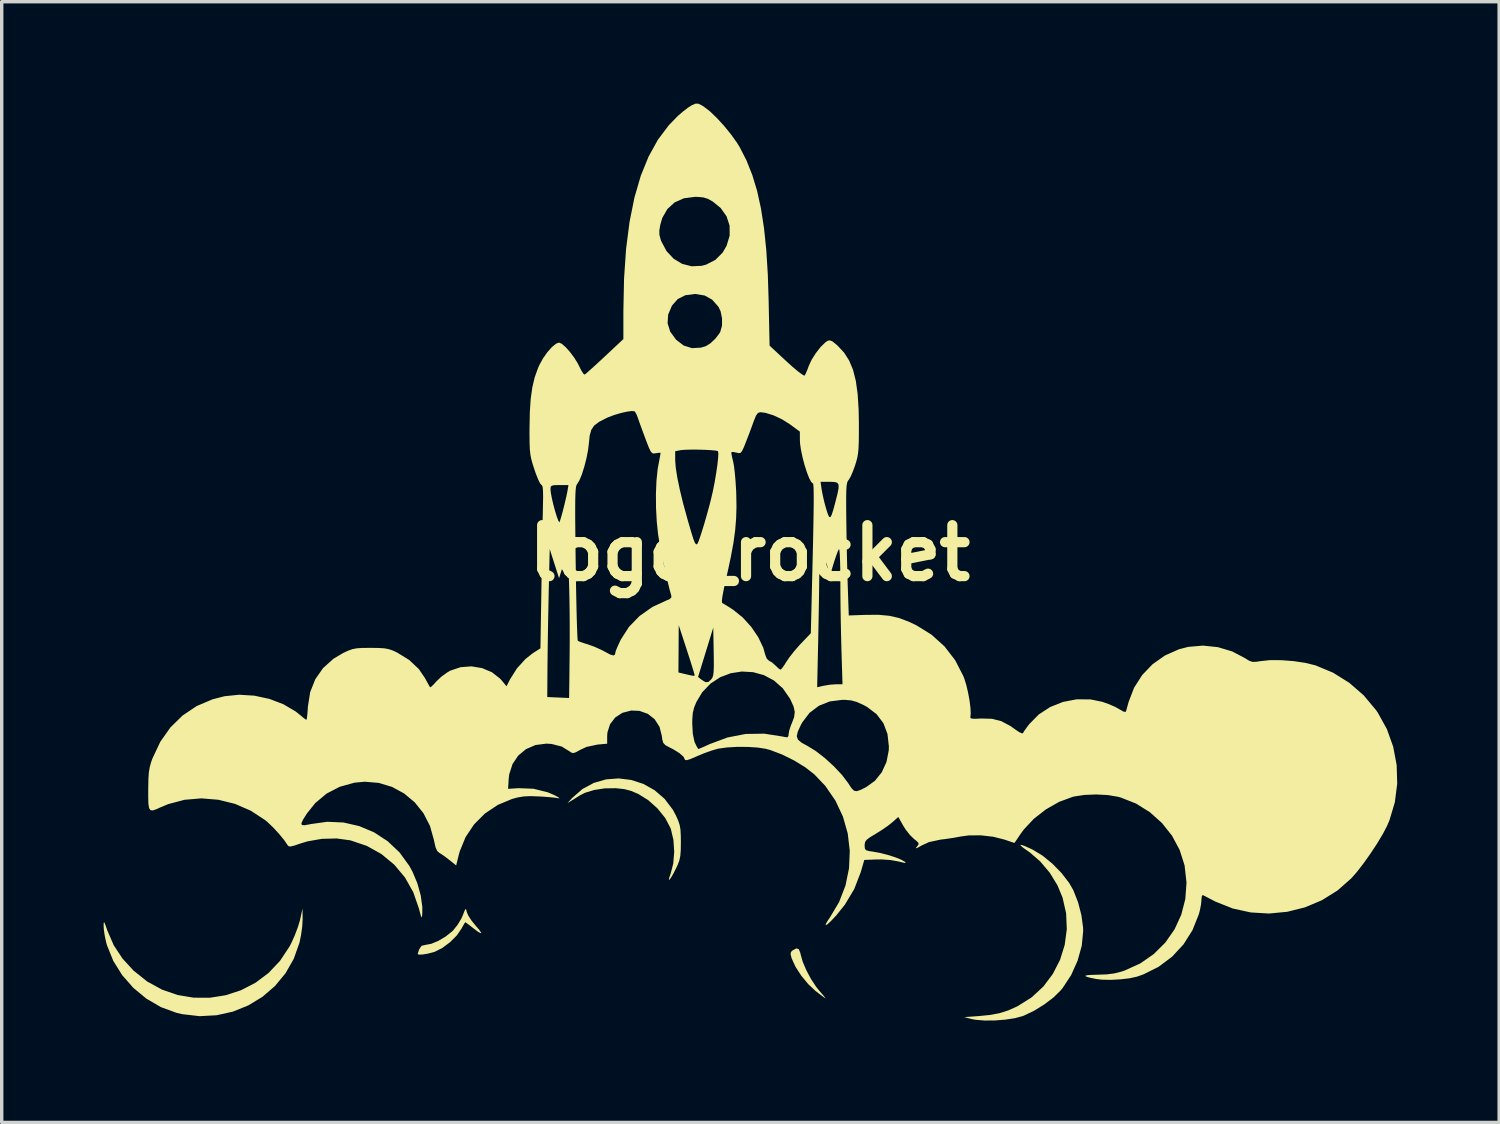
<source format=kicad_pcb>
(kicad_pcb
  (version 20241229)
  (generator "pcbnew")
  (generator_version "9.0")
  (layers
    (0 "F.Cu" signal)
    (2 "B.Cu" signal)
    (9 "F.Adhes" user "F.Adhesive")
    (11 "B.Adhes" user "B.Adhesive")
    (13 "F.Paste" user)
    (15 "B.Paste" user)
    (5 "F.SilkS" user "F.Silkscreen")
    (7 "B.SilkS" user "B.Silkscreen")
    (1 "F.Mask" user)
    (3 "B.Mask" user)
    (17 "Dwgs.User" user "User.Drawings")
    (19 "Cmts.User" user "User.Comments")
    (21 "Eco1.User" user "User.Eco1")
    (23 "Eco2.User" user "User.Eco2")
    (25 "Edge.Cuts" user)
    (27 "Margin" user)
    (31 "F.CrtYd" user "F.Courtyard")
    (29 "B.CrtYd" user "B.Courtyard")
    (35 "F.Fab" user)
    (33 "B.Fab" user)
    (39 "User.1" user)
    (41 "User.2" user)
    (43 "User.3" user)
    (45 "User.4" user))
  (footprint "logo_rocket"
    (layer "F.Cu")
    (at 19.013 13.227)
    (property "Reference" "logo_rocket" (at 0 0 0) (layer "F.SilkS") (effects (font (size 1.5 1.5) (thickness 0.3))))
    (attr board_only exclude_from_pos_files exclude_from_bom)
    (fp_poly (pts (xy 1.447 11.659) (xy 1.492 11.771) (xy 1.501 11.816) (xy 1.561 12.028) (xy 1.668 12.279) (xy 1.806 12.537) (xy 1.958 12.768) (xy 2.047 12.879) (xy 2.148 12.995) (xy 2.214 13.076) (xy 2.232 13.105) (xy 2.19 13.078) (xy 2.092 13.006) (xy 1.96 12.904) (xy 1.939 12.888) (xy 1.724 12.687) (xy 1.52 12.439) (xy 1.349 12.176) (xy 1.237 11.931) (xy 1.235 11.926) (xy 1.204 11.808) (xy 1.215 11.74) (xy 1.266 11.691) (xy 1.375 11.634)) (stroke (width 0) (type solid)) (fill yes) (layer "F.SilkS"))
    (fp_poly (pts (xy -8.343 10.49) (xy -8.326 10.564) (xy -8.28 10.672) (xy -8.187 10.815) (xy -8.076 10.952) (xy -7.954 11.095) (xy -7.902 11.174) (xy -7.92 11.187) (xy -8.007 11.136) (xy -8.144 11.032) (xy -8.261 10.941) (xy -8.343 10.88) (xy -8.369 10.865) (xy -8.398 10.903) (xy -8.453 11) (xy -8.479 11.049) (xy -8.619 11.253) (xy -8.818 11.452) (xy -9.045 11.621) (xy -9.268 11.734) (xy -9.306 11.746) (xy -9.481 11.791) (xy -9.632 11.815) (xy -9.736 11.817) (xy -9.769 11.798) (xy -9.754 11.743) (xy -9.723 11.655) (xy -9.655 11.558) (xy -9.544 11.532) (xy -9.37 11.499) (xy -9.162 11.412) (xy -8.95 11.287) (xy -8.763 11.139) (xy -8.727 11.104) (xy -8.597 10.942) (xy -8.484 10.754) (xy -8.444 10.664) (xy -8.392 10.529) (xy -8.362 10.474)) (stroke (width 0) (type solid)) (fill yes) (layer "F.SilkS"))
    (fp_poly (pts (xy -3.484 6.678) (xy -3.127 6.794) (xy -2.797 6.98) (xy -2.505 7.232) (xy -2.264 7.549) (xy -2.172 7.72) (xy -2.103 7.874) (xy -2.06 8.005) (xy -2.036 8.143) (xy -2.027 8.32) (xy -2.025 8.506) (xy -2.028 8.74) (xy -2.041 8.909) (xy -2.069 9.043) (xy -2.117 9.171) (xy -2.151 9.245) (xy -2.243 9.428) (xy -2.315 9.553) (xy -2.362 9.616) (xy -2.379 9.609) (xy -2.359 9.528) (xy -2.326 9.436) (xy -2.248 9.133) (xy -2.221 8.789) (xy -2.244 8.441) (xy -2.318 8.126) (xy -2.332 8.088) (xy -2.486 7.797) (xy -2.712 7.517) (xy -2.984 7.273) (xy -3.272 7.093) (xy -3.487 7) (xy -3.69 6.947) (xy -3.933 6.921) (xy -3.951 6.92) (xy -4.269 6.925) (xy -4.579 6.973) (xy -4.85 7.056) (xy -4.992 7.128) (xy -5.114 7.205) (xy -5.23 7.277) (xy -5.361 7.357) (xy -5.219 7.203) (xy -4.92 6.943) (xy -4.585 6.763) (xy -4.225 6.66) (xy -3.854 6.632)) (stroke (width 0) (type solid)) (fill yes) (layer "F.SilkS"))
    (fp_poly (pts (xy -13.157 10.774) (xy -13.168 10.983) (xy -13.201 11.23) (xy -13.248 11.461) (xy -13.248 11.462) (xy -13.417 11.939) (xy -13.661 12.368) (xy -13.972 12.743) (xy -14.34 13.06) (xy -14.755 13.312) (xy -15.208 13.495) (xy -15.689 13.602) (xy -16.189 13.629) (xy -16.699 13.57) (xy -16.864 13.532) (xy -17.325 13.364) (xy -17.753 13.115) (xy -18.139 12.796) (xy -18.468 12.421) (xy -18.73 12) (xy -18.913 11.545) (xy -18.939 11.454) (xy -18.98 11.264) (xy -19.007 11.08) (xy -19.013 10.978) (xy -19.011 10.887) (xy -19.001 10.861) (xy -18.976 10.906) (xy -18.931 11.03) (xy -18.905 11.106) (xy -18.716 11.542) (xy -18.457 11.935) (xy -18.133 12.288) (xy -17.731 12.609) (xy -17.295 12.848) (xy -16.837 13.006) (xy -16.364 13.085) (xy -15.889 13.087) (xy -15.421 13.013) (xy -14.97 12.866) (xy -14.546 12.647) (xy -14.16 12.358) (xy -13.822 12.001) (xy -13.541 11.577) (xy -13.487 11.472) (xy -13.388 11.251) (xy -13.299 11.016) (xy -13.236 10.81) (xy -13.227 10.77) (xy -13.16 10.46)) (stroke (width 0) (type solid)) (fill yes) (layer "F.SilkS"))
    (fp_poly (pts (xy 8.073 8.613) (xy 8.243 8.688) (xy 8.334 8.731) (xy 8.62 8.905) (xy 8.91 9.142) (xy 9.179 9.418) (xy 9.402 9.708) (xy 9.526 9.924) (xy 9.665 10.278) (xy 9.763 10.657) (xy 9.812 11.019) (xy 9.815 11.127) (xy 9.773 11.557) (xy 9.651 11.995) (xy 9.462 12.418) (xy 9.213 12.797) (xy 9.148 12.876) (xy 8.938 13.081) (xy 8.667 13.286) (xy 8.367 13.471) (xy 8.07 13.613) (xy 8.03 13.628) (xy 7.806 13.688) (xy 7.523 13.731) (xy 7.215 13.755) (xy 6.912 13.757) (xy 6.65 13.736) (xy 6.529 13.713) (xy 6.314 13.657) (xy 6.743 13.626) (xy 7.078 13.593) (xy 7.353 13.541) (xy 7.603 13.462) (xy 7.861 13.347) (xy 7.887 13.334) (xy 8.295 13.078) (xy 8.642 12.758) (xy 8.922 12.385) (xy 9.134 11.972) (xy 9.272 11.529) (xy 9.333 11.068) (xy 9.313 10.601) (xy 9.208 10.139) (xy 9.059 9.779) (xy 8.832 9.408) (xy 8.551 9.075) (xy 8.24 8.806) (xy 8.192 8.773) (xy 8.04 8.666) (xy 7.97 8.603) (xy 7.981 8.585)) (stroke (width 0) (type solid)) (fill yes) (layer "F.SilkS"))
    (fp_poly (pts (xy -1.513 -13.226) (xy -1.415 -13.179) (xy -1.352 -13.14) (xy -1.174 -13.004) (xy -0.968 -12.807) (xy -0.752 -12.571) (xy -0.547 -12.319) (xy -0.371 -12.072) (xy -0.292 -11.943) (xy -0.093 -11.553) (xy 0.076 -11.129) (xy 0.218 -10.662) (xy 0.332 -10.143) (xy 0.422 -9.564) (xy 0.489 -8.917) (xy 0.534 -8.193) (xy 0.557 -7.473) (xy 0.586 -6.105) (xy 1.082 -5.643) (xy 1.262 -5.481) (xy 1.418 -5.35) (xy 1.537 -5.261) (xy 1.606 -5.222) (xy 1.617 -5.224) (xy 1.653 -5.29) (xy 1.705 -5.414) (xy 1.741 -5.513) (xy 1.825 -5.693) (xy 1.948 -5.886) (xy 2.088 -6.065) (xy 2.225 -6.199) (xy 2.291 -6.245) (xy 2.355 -6.261) (xy 2.431 -6.232) (xy 2.539 -6.147) (xy 2.596 -6.096) (xy 2.781 -5.896) (xy 2.928 -5.665) (xy 3.042 -5.393) (xy 3.124 -5.068) (xy 3.178 -4.679) (xy 3.207 -4.217) (xy 3.214 -3.836) (xy 3.214 -3.513) (xy 3.211 -3.267) (xy 3.203 -3.08) (xy 3.189 -2.932) (xy 3.167 -2.807) (xy 3.135 -2.686) (xy 3.101 -2.576) (xy 3.035 -2.396) (xy 2.969 -2.245) (xy 2.914 -2.152) (xy 2.907 -2.145) (xy 2.883 -2.11) (xy 2.864 -2.053) (xy 2.851 -1.963) (xy 2.843 -1.828) (xy 2.84 -1.635) (xy 2.84 -1.372) (xy 2.843 -1.028) (xy 2.844 -0.974) (xy 2.849 -0.59) (xy 2.857 -0.173) (xy 2.866 0.246) (xy 2.876 0.634) (xy 2.886 0.961) (xy 2.887 0.978) (xy 2.916 1.836) (xy 3.428 1.818) (xy 3.799 1.817) (xy 4.111 1.846) (xy 4.395 1.911) (xy 4.684 2.02) (xy 4.9 2.122) (xy 5.348 2.399) (xy 5.732 2.744) (xy 6.047 3.152) (xy 6.286 3.616) (xy 6.316 3.692) (xy 6.375 3.881) (xy 6.428 4.107) (xy 6.471 4.34) (xy 6.498 4.556) (xy 6.506 4.726) (xy 6.497 4.803) (xy 6.495 4.847) (xy 6.528 4.87) (xy 6.616 4.877) (xy 6.777 4.871) (xy 6.814 4.869) (xy 7.13 4.877) (xy 7.405 4.947) (xy 7.673 5.089) (xy 7.804 5.183) (xy 7.924 5.265) (xy 8.011 5.306) (xy 8.042 5.301) (xy 8.078 5.239) (xy 8.156 5.129) (xy 8.229 5.033) (xy 8.507 4.751) (xy 8.844 4.531) (xy 9.221 4.381) (xy 9.623 4.304) (xy 10.031 4.307) (xy 10.375 4.377) (xy 10.571 4.446) (xy 10.757 4.527) (xy 10.882 4.597) (xy 11.005 4.668) (xy 11.068 4.672) (xy 11.076 4.658) (xy 11.098 4.578) (xy 11.134 4.447) (xy 11.151 4.384) (xy 11.312 3.965) (xy 11.551 3.59) (xy 11.858 3.27) (xy 12.222 3.014) (xy 12.632 2.832) (xy 12.905 2.761) (xy 13.341 2.723) (xy 13.781 2.769) (xy 14.204 2.896) (xy 14.573 3.09) (xy 14.702 3.17) (xy 14.803 3.203) (xy 14.923 3.198) (xy 15.025 3.181) (xy 15.307 3.151) (xy 15.644 3.152) (xy 16.002 3.179) (xy 16.348 3.23) (xy 16.646 3.303) (xy 16.655 3.306) (xy 17.169 3.52) (xy 17.645 3.817) (xy 18.07 4.186) (xy 18.432 4.619) (xy 18.484 4.694) (xy 18.753 5.18) (xy 18.939 5.699) (xy 19.041 6.24) (xy 19.057 6.79) (xy 18.987 7.335) (xy 18.829 7.863) (xy 18.758 8.03) (xy 18.636 8.264) (xy 18.469 8.543) (xy 18.273 8.84) (xy 18.068 9.13) (xy 17.869 9.386) (xy 17.708 9.57) (xy 17.299 9.931) (xy 16.84 10.217) (xy 16.344 10.426) (xy 15.821 10.557) (xy 15.284 10.608) (xy 14.745 10.576) (xy 14.217 10.46) (xy 13.709 10.258) (xy 13.661 10.233) (xy 13.509 10.154) (xy 13.391 10.093) (xy 13.332 10.064) (xy 13.331 10.063) (xy 13.308 10.094) (xy 13.296 10.189) (xy 13.296 10.209) (xy 13.282 10.349) (xy 13.246 10.528) (xy 13.219 10.63) (xy 13.032 11.098) (xy 12.767 11.517) (xy 12.431 11.879) (xy 12.033 12.177) (xy 11.582 12.402) (xy 11.394 12.467) (xy 11.182 12.514) (xy 10.914 12.545) (xy 10.63 12.56) (xy 10.368 12.555) (xy 10.198 12.535) (xy 9.999 12.493) (xy 9.893 12.46) (xy 9.882 12.436) (xy 9.966 12.419) (xy 10.145 12.411) (xy 10.238 12.409) (xy 10.513 12.399) (xy 10.734 12.37) (xy 10.943 12.317) (xy 11.037 12.285) (xy 11.495 12.077) (xy 11.895 11.799) (xy 12.234 11.461) (xy 12.505 11.073) (xy 12.702 10.643) (xy 12.821 10.183) (xy 12.856 9.7) (xy 12.801 9.206) (xy 12.797 9.185) (xy 12.654 8.736) (xy 12.43 8.319) (xy 12.134 7.945) (xy 11.777 7.626) (xy 11.371 7.372) (xy 10.926 7.196) (xy 10.843 7.173) (xy 10.542 7.122) (xy 10.196 7.104) (xy 9.849 7.118) (xy 9.543 7.165) (xy 9.509 7.174) (xy 9.111 7.32) (xy 8.721 7.541) (xy 8.363 7.82) (xy 8.064 8.139) (xy 7.951 8.297) (xy 7.868 8.422) (xy 7.81 8.506) (xy 7.791 8.53) (xy 7.745 8.516) (xy 7.635 8.479) (xy 7.501 8.433) (xy 7.171 8.349) (xy 6.805 8.307) (xy 6.447 8.309) (xy 6.219 8.34) (xy 6.007 8.379) (xy 5.765 8.415) (xy 5.616 8.433) (xy 5.278 8.506) (xy 5.068 8.602) (xy 4.944 8.671) (xy 4.892 8.69) (xy 4.902 8.663) (xy 4.922 8.64) (xy 4.969 8.577) (xy 4.966 8.528) (xy 4.903 8.466) (xy 4.837 8.414) (xy 4.718 8.298) (xy 4.592 8.139) (xy 4.52 8.025) (xy 4.374 7.766) (xy 4.2 7.922) (xy 4.07 8.025) (xy 3.893 8.147) (xy 3.708 8.263) (xy 3.705 8.264) (xy 3.542 8.363) (xy 3.445 8.436) (xy 3.398 8.5) (xy 3.384 8.576) (xy 3.383 8.604) (xy 3.389 8.693) (xy 3.421 8.742) (xy 3.503 8.769) (xy 3.634 8.788) (xy 3.837 8.825) (xy 4.061 8.882) (xy 4.278 8.951) (xy 4.456 9.022) (xy 4.556 9.077) (xy 4.593 9.111) (xy 4.57 9.119) (xy 4.475 9.1) (xy 4.37 9.074) (xy 4.144 9.034) (xy 3.878 9.016) (xy 3.734 9.017) (xy 3.373 9.031) (xy 3.27 9.388) (xy 3.078 9.886) (xy 2.799 10.352) (xy 2.549 10.663) (xy 2.398 10.823) (xy 2.293 10.92) (xy 2.239 10.952) (xy 2.239 10.918) (xy 2.298 10.817) (xy 2.358 10.73) (xy 2.632 10.271) (xy 2.82 9.783) (xy 2.924 9.276) (xy 2.946 8.762) (xy 2.886 8.252) (xy 2.745 7.756) (xy 2.524 7.286) (xy 2.226 6.852) (xy 1.903 6.513) (xy 1.635 6.304) (xy 1.307 6.103) (xy 0.956 5.929) (xy 0.616 5.8) (xy 0.477 5.761) (xy 0.24 5.724) (xy -0.053 5.705) (xy -0.366 5.703) (xy -0.665 5.72) (xy -0.913 5.754) (xy -0.953 5.763) (xy -1.131 5.816) (xy -1.348 5.894) (xy -1.558 5.982) (xy -1.561 5.984) (xy -1.747 6.063) (xy -1.858 6.096) (xy -1.904 6.086) (xy -1.906 6.076) (xy -1.949 5.992) (xy -2.067 5.888) (xy -2.247 5.776) (xy -2.356 5.72) (xy -2.48 5.653) (xy -2.544 5.585) (xy -2.573 5.48) (xy -2.584 5.385) (xy -2.653 5.114) (xy -2.708 5.028) (xy -1.69 5.028) (xy -1.673 5.325) (xy -1.626 5.546) (xy -1.609 5.588) (xy -1.555 5.699) (xy -1.516 5.761) (xy -1.509 5.766) (xy -1.459 5.748) (xy -1.346 5.699) (xy -1.194 5.63) (xy -1.185 5.625) (xy -0.653 5.427) (xy -0.115 5.323) (xy 0.429 5.315) (xy 0.979 5.401) (xy 1.013 5.41) (xy 1.107 5.423) (xy 1.136 5.39) (xy 1.386 5.39) (xy 1.421 5.491) (xy 1.528 5.581) (xy 1.7 5.675) (xy 1.946 5.826) (xy 2.215 6.035) (xy 2.48 6.278) (xy 2.716 6.529) (xy 2.896 6.766) (xy 2.905 6.78) (xy 2.997 6.92) (xy 3.071 6.994) (xy 3.152 7.008) (xy 3.268 6.968) (xy 3.426 6.889) (xy 3.685 6.703) (xy 3.888 6.451) (xy 4.027 6.147) (xy 4.093 5.808) (xy 4.097 5.695) (xy 4.056 5.325) (xy 3.936 5.007) (xy 3.735 4.741) (xy 3.455 4.528) (xy 3.348 4.47) (xy 3.152 4.382) (xy 2.988 4.336) (xy 2.809 4.32) (xy 2.72 4.32) (xy 2.357 4.366) (xy 2.035 4.495) (xy 1.762 4.702) (xy 1.549 4.981) (xy 1.504 5.063) (xy 1.416 5.256) (xy 1.386 5.39) (xy 1.136 5.39) (xy 1.141 5.385) (xy 1.145 5.331) (xy 1.165 5.219) (xy 1.214 5.071) (xy 1.24 5.01) (xy 1.308 4.83) (xy 1.327 4.675) (xy 1.292 4.515) (xy 1.202 4.316) (xy 1.182 4.278) (xy 0.974 3.979) (xy 0.94 3.949) (xy 1.986 3.949) (xy 2.173 3.906) (xy 2.352 3.875) (xy 2.535 3.861) (xy 2.545 3.861) (xy 2.732 3.86) (xy 2.7 2.824) (xy 2.69 2.432) (xy 2.681 1.991) (xy 2.674 1.54) (xy 2.67 1.115) (xy 2.669 0.813) (xy 2.667 0.51) (xy 2.661 0.254) (xy 2.653 0.056) (xy 2.642 -0.072) (xy 2.63 -0.118) (xy 2.627 -0.117) (xy 2.594 -0.052) (xy 2.545 0.079) (xy 2.488 0.249) (xy 2.477 0.286) (xy 2.368 0.643) (xy 2.241 0.25) (xy 2.179 0.069) (xy 2.126 -0.076) (xy 2.089 -0.162) (xy 2.081 -0.175) (xy 2.069 -0.142) (xy 2.06 -0.03) (xy 2.053 0.144) (xy 2.049 0.366) (xy 2.049 0.437) (xy 2.048 0.657) (xy 2.045 0.952) (xy 2.04 1.304) (xy 2.034 1.691) (xy 2.026 2.095) (xy 2.018 2.496) (xy 2.018 2.515) (xy 1.986 3.949) (xy 0.94 3.949) (xy 0.716 3.751) (xy 0.421 3.593) (xy 0.102 3.505) (xy -0.228 3.486) (xy -0.556 3.536) (xy -0.868 3.654) (xy -1.152 3.841) (xy -1.395 4.094) (xy -1.567 4.38) (xy -1.636 4.547) (xy -1.674 4.705) (xy -1.689 4.894) (xy -1.69 5.028) (xy -2.708 5.028) (xy -2.795 4.892) (xy -2.996 4.732) (xy -3.244 4.644) (xy -3.485 4.634) (xy -3.746 4.701) (xy -3.958 4.84) (xy -4.109 5.037) (xy -4.186 5.278) (xy -4.194 5.385) (xy -4.194 5.61) (xy -4.48 5.636) (xy -4.802 5.705) (xy -4.984 5.79) (xy -5.115 5.862) (xy -5.196 5.887) (xy -5.253 5.869) (xy -5.281 5.848) (xy -5.528 5.695) (xy -5.829 5.618) (xy -5.983 5.608) (xy -6.303 5.649) (xy -6.583 5.77) (xy -6.813 5.962) (xy -6.981 6.213) (xy -7.077 6.514) (xy -7.092 6.644) (xy -7.11 6.939) (xy -6.804 6.919) (xy -6.364 6.936) (xy -5.946 7.039) (xy -5.742 7.126) (xy -5.636 7.184) (xy -5.595 7.215) (xy -5.623 7.216) (xy -5.722 7.2) (xy -5.888 7.184) (xy -6.093 7.168) (xy -6.204 7.162) (xy -6.455 7.153) (xy -6.648 7.162) (xy -6.82 7.19) (xy -6.991 7.236) (xy -7.416 7.413) (xy -7.793 7.666) (xy -8.111 7.985) (xy -8.361 8.359) (xy -8.533 8.779) (xy -8.561 8.881) (xy -8.638 9.193) (xy -8.834 9.035) (xy -8.968 8.933) (xy -9.088 8.85) (xy -9.133 8.823) (xy -9.196 8.767) (xy -9.244 8.662) (xy -9.284 8.486) (xy -9.291 8.45) (xy -9.408 8.031) (xy -9.6 7.657) (xy -9.857 7.336) (xy -10.169 7.075) (xy -10.525 6.882) (xy -10.914 6.764) (xy -11.328 6.729) (xy -11.629 6.757) (xy -12.065 6.878) (xy -12.452 7.079) (xy -12.786 7.359) (xy -13.031 7.665) (xy -13.142 7.841) (xy -13.193 7.95) (xy -13.18 8.003) (xy -13.099 8.01) (xy -12.947 7.982) (xy -12.926 7.977) (xy -12.437 7.908) (xy -11.955 7.929) (xy -11.49 8.035) (xy -11.052 8.22) (xy -10.654 8.48) (xy -10.306 8.808) (xy -10.02 9.201) (xy -9.925 9.373) (xy -9.78 9.719) (xy -9.681 10.075) (xy -9.634 10.411) (xy -9.635 10.609) (xy -9.644 10.698) (xy -9.656 10.723) (xy -9.676 10.677) (xy -9.711 10.551) (xy -9.734 10.46) (xy -9.901 9.98) (xy -10.145 9.547) (xy -10.459 9.171) (xy -10.836 8.859) (xy -11.266 8.618) (xy -11.743 8.457) (xy -11.752 8.454) (xy -12.156 8.399) (xy -12.589 8.41) (xy -13.014 8.484) (xy -13.223 8.548) (xy -13.401 8.609) (xy -13.51 8.635) (xy -13.569 8.628) (xy -13.593 8.604) (xy -13.698 8.449) (xy -13.851 8.263) (xy -14.026 8.073) (xy -14.198 7.91) (xy -14.258 7.86) (xy -14.683 7.582) (xy -15.147 7.381) (xy -15.636 7.26) (xy -16.136 7.219) (xy -16.633 7.261) (xy -17.112 7.388) (xy -17.327 7.477) (xy -17.47 7.542) (xy -17.571 7.575) (xy -17.638 7.564) (xy -17.677 7.5) (xy -17.696 7.372) (xy -17.701 7.168) (xy -17.7 6.91) (xy -17.695 6.649) (xy -17.682 6.453) (xy -17.655 6.294) (xy -17.612 6.142) (xy -17.575 6.041) (xy -17.345 5.553) (xy -17.048 5.132) (xy -16.69 4.781) (xy -16.276 4.503) (xy -15.808 4.304) (xy -15.456 4.213) (xy -15.023 4.169) (xy -14.575 4.197) (xy -14.134 4.292) (xy -13.722 4.449) (xy -13.362 4.661) (xy -13.232 4.765) (xy -13.13 4.851) (xy -13.059 4.902) (xy -13.045 4.908) (xy -13.032 4.865) (xy -13.018 4.748) (xy -13.005 4.58) (xy -13.001 4.515) (xy -12.957 4.237) (xy -5.957 4.237) (xy -5.635 4.251) (xy -5.314 4.265) (xy -5.306 3.646) (xy -1.519 3.646) (xy -1.415 3.728) (xy -1.302 3.799) (xy -1.216 3.794) (xy -1.129 3.715) (xy -1.097 3.666) (xy -1.074 3.598) (xy -1.061 3.494) (xy -1.055 3.338) (xy -1.056 3.115) (xy -1.059 2.906) (xy -1.072 2.194) (xy -1.295 2.92) (xy -1.519 3.646) (xy -5.306 3.646) (xy -5.305 3.513) (xy -2.097 3.513) (xy -1.894 3.562) (xy -1.742 3.598) (xy -1.66 3.613) (xy -1.627 3.61) (xy -1.621 3.591) (xy -1.621 3.586) (xy -1.635 3.531) (xy -1.675 3.401) (xy -1.733 3.213) (xy -1.807 2.984) (xy -1.855 2.835) (xy -2.088 2.121) (xy -2.092 2.817) (xy -2.097 3.513) (xy -5.305 3.513) (xy -5.299 2.978) (xy -5.296 2.575) (xy -5.296 2.146) (xy -5.299 1.718) (xy -5.305 1.317) (xy -5.313 0.971) (xy -5.318 0.81) (xy -5.353 -0.071) (xy -5.482 0.334) (xy -5.61 0.739) (xy -5.748 0.31) (xy -5.885 -0.119) (xy -5.915 1.168) (xy -5.923 1.572) (xy -5.932 2.002) (xy -5.939 2.433) (xy -5.945 2.836) (xy -5.949 3.185) (xy -5.951 3.346) (xy -5.957 4.237) (xy -12.957 4.237) (xy -12.935 4.094) (xy -12.785 3.715) (xy -12.556 3.386) (xy -12.252 3.112) (xy -11.966 2.942) (xy -11.816 2.872) (xy -11.692 2.828) (xy -11.565 2.803) (xy -11.405 2.792) (xy -11.182 2.79) (xy -11.151 2.79) (xy -10.916 2.793) (xy -10.747 2.804) (xy -10.616 2.829) (xy -10.495 2.871) (xy -10.378 2.926) (xy -10.022 3.145) (xy -9.737 3.413) (xy -9.558 3.676) (xy -9.483 3.814) (xy -9.427 3.915) (xy -9.404 3.952) (xy -9.367 3.93) (xy -9.289 3.854) (xy -9.221 3.777) (xy -9.076 3.64) (xy -8.897 3.51) (xy -8.807 3.459) (xy -8.506 3.358) (xy -8.188 3.334) (xy -7.874 3.386) (xy -7.586 3.507) (xy -7.345 3.695) (xy -7.295 3.751) (xy -7.156 3.92) (xy -7.05 3.711) (xy -6.848 3.392) (xy -6.597 3.116) (xy -6.385 2.949) (xy -6.158 2.803) (xy -6.129 1.008) (xy -6.122 0.573) (xy -6.114 0.141) (xy -6.107 -0.271) (xy -6.1 -0.648) (xy -6.093 -0.975) (xy -6.087 -1.235) (xy -6.084 -1.394) (xy -6.079 -1.661) (xy -6.083 -1.844) (xy -6.086 -1.877) (xy -5.862 -1.877) (xy -5.85 -1.763) (xy -5.819 -1.603) (xy -5.776 -1.418) (xy -5.726 -1.233) (xy -5.676 -1.071) (xy -5.632 -0.954) (xy -5.6 -0.906) (xy -5.599 -0.905) (xy -5.582 -0.948) (xy -5.548 -1.061) (xy -5.503 -1.223) (xy -5.49 -1.275) (xy -5.471 -1.348) (xy -5.135 -1.348) (xy -5.135 -1.06) (xy -5.132 -0.7) (xy -5.127 -0.261) (xy -5.121 0.265) (xy -5.12 0.296) (xy -5.114 0.751) (xy -5.106 1.176) (xy -5.098 1.562) (xy -5.09 1.9) (xy -5.081 2.18) (xy -5.073 2.393) (xy -5.066 2.53) (xy -5.059 2.58) (xy -4.999 2.609) (xy -4.877 2.652) (xy -4.765 2.686) (xy -4.563 2.759) (xy -4.351 2.855) (xy -4.265 2.901) (xy -4.105 2.986) (xy -4.009 3.014) (xy -3.963 2.985) (xy -3.955 2.934) (xy -3.935 2.864) (xy -3.881 2.735) (xy -3.805 2.572) (xy -3.789 2.54) (xy -3.553 2.173) (xy -3.241 1.852) (xy -2.863 1.586) (xy -2.459 1.399) (xy -0.818 1.399) (xy -0.813 1.467) (xy -0.809 1.47) (xy -0.748 1.503) (xy -0.632 1.574) (xy -0.486 1.669) (xy -0.477 1.675) (xy -0.202 1.898) (xy 0.047 2.173) (xy 0.253 2.477) (xy 0.4 2.786) (xy 0.457 2.989) (xy 0.501 3.104) (xy 0.568 3.168) (xy 0.569 3.168) (xy 0.659 3.22) (xy 0.76 3.31) (xy 0.763 3.313) (xy 0.848 3.393) (xy 0.906 3.431) (xy 0.909 3.431) (xy 0.95 3.393) (xy 1.02 3.296) (xy 1.076 3.205) (xy 1.173 3.062) (xy 1.312 2.886) (xy 1.466 2.709) (xy 1.504 2.669) (xy 1.8 2.359) (xy 1.832 1.048) (xy 1.848 0.406) (xy 1.861 -0.146) (xy 1.871 -0.615) (xy 1.878 -1.006) (xy 1.883 -1.325) (xy 1.885 -1.577) (xy 1.884 -1.769) (xy 1.881 -1.907) (xy 1.875 -1.995) (xy 1.868 -2.04) (xy 1.86 -2.049) (xy 1.81 -2.093) (xy 1.808 -2.097) (xy 2.086 -2.097) (xy 2.118 -1.87) (xy 2.15 -1.704) (xy 2.198 -1.495) (xy 2.248 -1.313) (xy 2.297 -1.155) (xy 2.337 -1.067) (xy 2.374 -1.056) (xy 2.413 -1.124) (xy 2.462 -1.277) (xy 2.522 -1.5) (xy 2.584 -1.743) (xy 2.617 -1.91) (xy 2.616 -2.013) (xy 2.578 -2.069) (xy 2.498 -2.092) (xy 2.372 -2.097) (xy 2.354 -2.097) (xy 2.086 -2.097) (xy 1.808 -2.097) (xy 1.748 -2.211) (xy 1.682 -2.383) (xy 1.616 -2.59) (xy 1.557 -2.813) (xy 1.511 -3.031) (xy 1.483 -3.225) (xy 1.478 -3.324) (xy 1.477 -3.574) (xy 1.187 -3.788) (xy 0.95 -3.938) (xy 0.698 -4.055) (xy 0.461 -4.128) (xy 0.312 -4.146) (xy 0.244 -4.124) (xy 0.186 -4.044) (xy 0.125 -3.896) (xy 0.063 -3.724) (xy -0.017 -3.509) (xy -0.1 -3.295) (xy -0.105 -3.281) (xy -0.177 -3.102) (xy -0.228 -2.997) (xy -0.272 -2.948) (xy -0.322 -2.941) (xy -0.383 -2.955) (xy -0.485 -2.976) (xy -0.537 -2.973) (xy -0.537 -2.92) (xy -0.514 -2.805) (xy -0.489 -2.704) (xy -0.462 -2.565) (xy -0.437 -2.356) (xy -0.415 -2.102) (xy -0.398 -1.828) (xy -0.395 -1.739) (xy -0.388 -1.364) (xy -0.399 -1.012) (xy -0.428 -0.662) (xy -0.479 -0.293) (xy -0.555 0.118) (xy -0.657 0.591) (xy -0.692 0.739) (xy -0.755 1.026) (xy -0.798 1.249) (xy -0.818 1.399) (xy -2.459 1.399) (xy -2.43 1.386) (xy -2.368 1.364) (xy -2.304 1.306) (xy -2.307 1.251) (xy -2.356 1.076) (xy -2.415 0.832) (xy -2.481 0.544) (xy -2.547 0.238) (xy -2.608 -0.061) (xy -2.659 -0.328) (xy -2.693 -0.538) (xy -2.694 -0.542) (xy -2.734 -0.92) (xy -2.756 -1.33) (xy -2.759 -1.743) (xy -2.743 -2.129) (xy -2.709 -2.461) (xy -2.693 -2.557) (xy -2.659 -2.734) (xy -2.634 -2.87) (xy -2.622 -2.943) (xy -2.621 -2.949) (xy -2.661 -2.953) (xy -2.759 -2.939) (xy -2.823 -2.93) (xy -2.871 -2.943) (xy -2.914 -2.995) (xy -2.916 -2.998) (xy -2.192 -2.998) (xy -2.192 -2.726) (xy -2.175 -2.509) (xy -2.129 -2.216) (xy -2.055 -1.861) (xy -1.957 -1.457) (xy -1.836 -1.017) (xy -1.814 -0.939) (xy -1.728 -0.644) (xy -1.664 -0.435) (xy -1.615 -0.307) (xy -1.576 -0.254) (xy -1.54 -0.27) (xy -1.502 -0.35) (xy -1.454 -0.489) (xy -1.419 -0.596) (xy -1.346 -0.83) (xy -1.264 -1.114) (xy -1.184 -1.405) (xy -1.141 -1.573) (xy -1.084 -1.817) (xy -1.032 -2.078) (xy -0.988 -2.338) (xy -0.953 -2.577) (xy -0.93 -2.779) (xy -0.922 -2.925) (xy -0.932 -2.997) (xy -0.934 -2.999) (xy -0.995 -3.015) (xy -1.127 -3.028) (xy -1.305 -3.038) (xy -1.507 -3.044) (xy -1.708 -3.045) (xy -1.884 -3.041) (xy -2.01 -3.032) (xy -2.029 -3.029) (xy -2.192 -2.998) (xy -2.916 -2.998) (xy -2.965 -3.099) (xy -3.033 -3.273) (xy -3.062 -3.35) (xy -3.141 -3.562) (xy -3.214 -3.761) (xy -3.269 -3.916) (xy -3.286 -3.967) (xy -3.333 -4.088) (xy -3.379 -4.165) (xy -3.388 -4.172) (xy -3.468 -4.181) (xy -3.611 -4.162) (xy -3.792 -4.121) (xy -3.985 -4.064) (xy -4.163 -3.997) (xy -4.217 -3.973) (xy -4.433 -3.861) (xy -4.576 -3.753) (xy -4.662 -3.625) (xy -4.709 -3.454) (xy -4.73 -3.247) (xy -4.757 -3.028) (xy -4.805 -2.784) (xy -4.868 -2.538) (xy -4.939 -2.314) (xy -5.012 -2.137) (xy -5.079 -2.029) (xy -5.081 -2.026) (xy -5.097 -1.999) (xy -5.111 -1.948) (xy -5.121 -1.866) (xy -5.128 -1.743) (xy -5.133 -1.573) (xy -5.135 -1.348) (xy -5.471 -1.348) (xy -5.439 -1.478) (xy -5.394 -1.67) (xy -5.365 -1.812) (xy -5.363 -1.823) (xy -5.333 -2.002) (xy -5.597 -2.002) (xy -5.748 -1.999) (xy -5.827 -1.983) (xy -5.857 -1.943) (xy -5.862 -1.877) (xy -6.086 -1.877) (xy -6.095 -1.953) (xy -6.116 -1.999) (xy -6.125 -2.002) (xy -6.164 -2.044) (xy -6.221 -2.158) (xy -6.288 -2.324) (xy -6.332 -2.451) (xy -6.388 -2.624) (xy -6.428 -2.767) (xy -6.454 -2.902) (xy -6.47 -3.053) (xy -6.477 -3.24) (xy -6.48 -3.487) (xy -6.479 -3.678) (xy -6.47 -4.149) (xy -6.444 -4.542) (xy -6.397 -4.877) (xy -6.328 -5.169) (xy -6.232 -5.436) (xy -6.192 -5.529) (xy -6.084 -5.727) (xy -5.955 -5.911) (xy -5.82 -6.063) (xy -5.697 -6.163) (xy -5.609 -6.195) (xy -5.526 -6.157) (xy -5.412 -6.057) (xy -5.285 -5.913) (xy -5.161 -5.747) (xy -5.057 -5.578) (xy -5.025 -5.514) (xy -4.955 -5.374) (xy -4.894 -5.279) (xy -4.859 -5.252) (xy -4.812 -5.287) (xy -4.709 -5.378) (xy -4.562 -5.51) (xy -4.384 -5.674) (xy -4.268 -5.782) (xy -3.717 -6.298) (xy -3.717 -6.763) (xy -2.416 -6.763) (xy -2.338 -6.515) (xy -2.167 -6.281) (xy -2.164 -6.278) (xy -1.942 -6.108) (xy -1.698 -6.031) (xy -1.434 -6.046) (xy -1.287 -6.091) (xy -1.153 -6.175) (xy -1.01 -6.31) (xy -0.891 -6.465) (xy -0.864 -6.514) (xy -0.814 -6.691) (xy -0.813 -6.906) (xy -0.856 -7.116) (xy -0.918 -7.247) (xy -1.104 -7.457) (xy -1.323 -7.58) (xy -1.59 -7.624) (xy -1.615 -7.625) (xy -1.894 -7.588) (xy -2.114 -7.478) (xy -2.281 -7.29) (xy -2.288 -7.28) (xy -2.399 -7.019) (xy -2.416 -6.763) (xy -3.717 -6.763) (xy -3.717 -7.118) (xy -3.697 -8.079) (xy -3.637 -8.955) (xy -3.568 -9.493) (xy -2.659 -9.493) (xy -2.656 -9.362) (xy -2.618 -9.224) (xy -2.6 -9.174) (xy -2.446 -8.886) (xy -2.238 -8.663) (xy -1.988 -8.512) (xy -1.709 -8.44) (xy -1.413 -8.454) (xy -1.282 -8.489) (xy -1.01 -8.628) (xy -0.797 -8.841) (xy -0.679 -9.043) (xy -0.589 -9.343) (xy -0.591 -9.636) (xy -0.68 -9.911) (xy -0.853 -10.155) (xy -1.084 -10.344) (xy -1.229 -10.425) (xy -1.363 -10.467) (xy -1.53 -10.482) (xy -1.618 -10.483) (xy -1.938 -10.441) (xy -2.209 -10.32) (xy -2.422 -10.125) (xy -2.572 -9.863) (xy -2.63 -9.665) (xy -2.659 -9.493) (xy -3.568 -9.493) (xy -3.535 -9.749) (xy -3.391 -10.465) (xy -3.205 -11.104) (xy -2.975 -11.669) (xy -2.701 -12.164) (xy -2.382 -12.589) (xy -2.114 -12.865) (xy -1.96 -12.997) (xy -1.811 -13.111) (xy -1.697 -13.184) (xy -1.689 -13.187) (xy -1.591 -13.227)) (stroke (width 0) (type solid)) (fill yes) (layer "F.SilkS")))
  (gr_rect
    (start -3 -3)
    (end 41.07 29.984)
    (stroke (width 0.1) (type default))
    (fill no)
    (layer "Edge.Cuts")))
</source>
